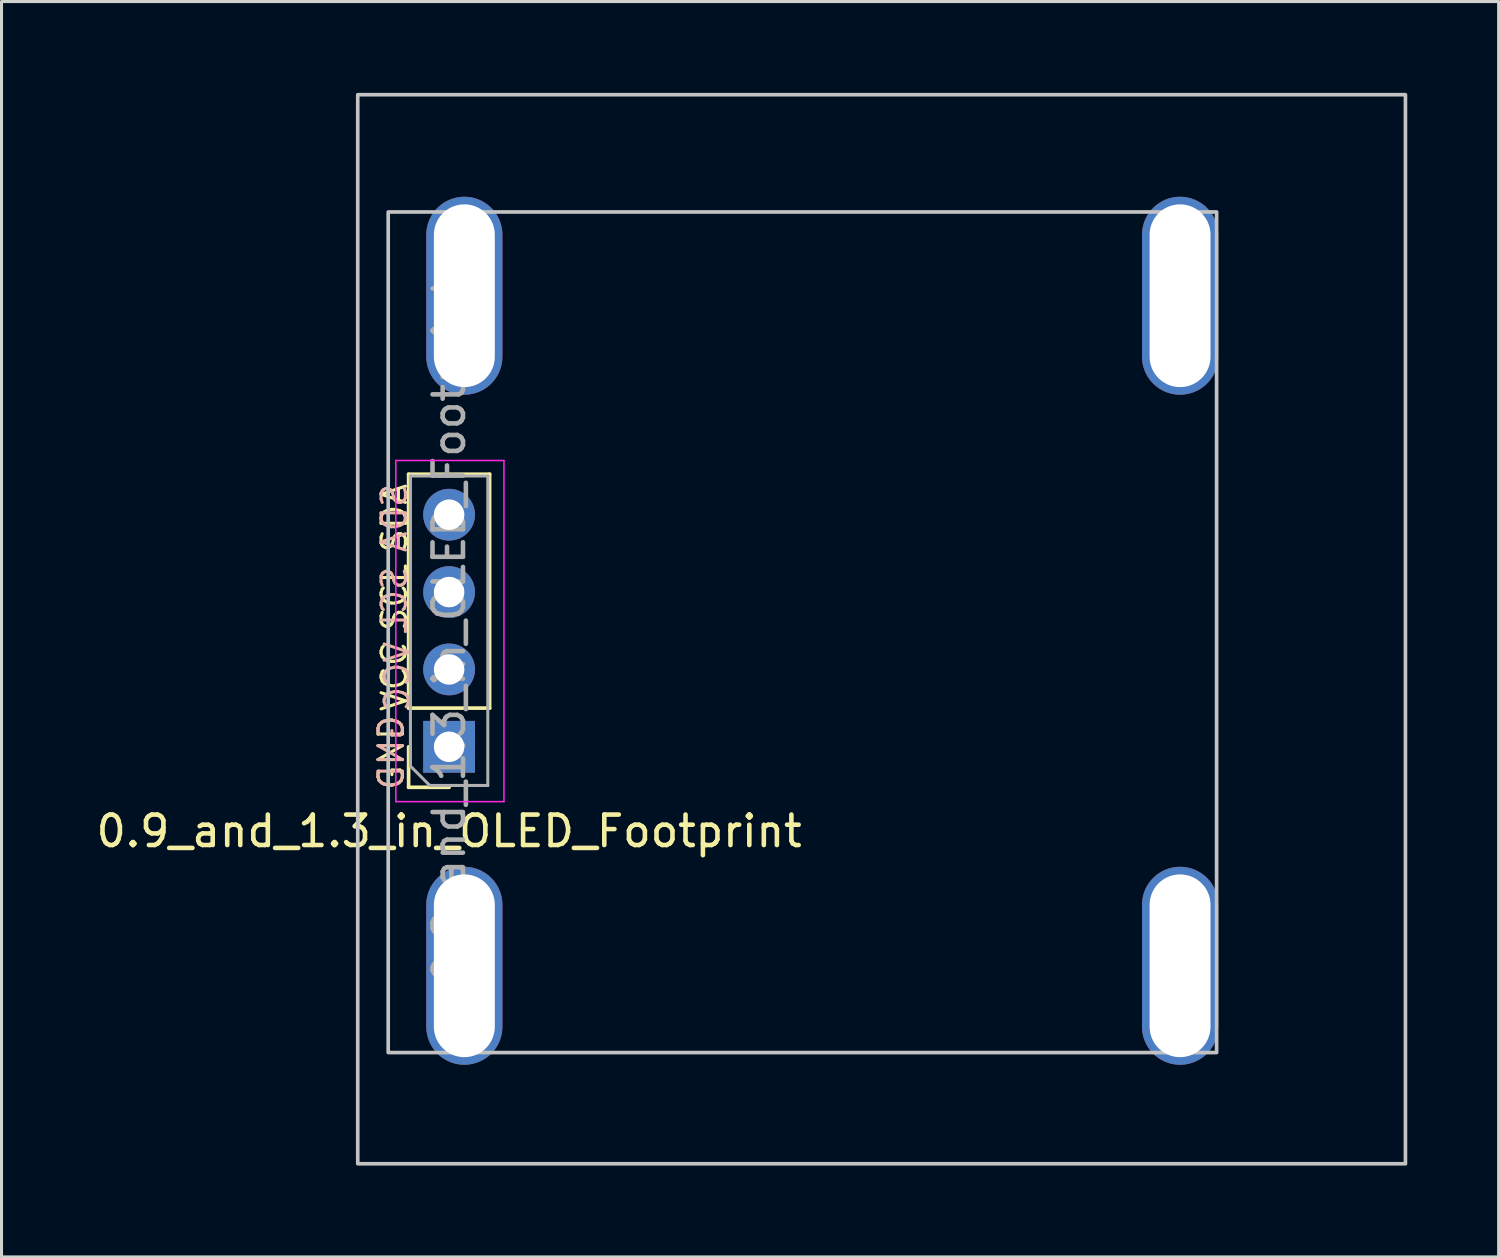
<source format=kicad_pcb>
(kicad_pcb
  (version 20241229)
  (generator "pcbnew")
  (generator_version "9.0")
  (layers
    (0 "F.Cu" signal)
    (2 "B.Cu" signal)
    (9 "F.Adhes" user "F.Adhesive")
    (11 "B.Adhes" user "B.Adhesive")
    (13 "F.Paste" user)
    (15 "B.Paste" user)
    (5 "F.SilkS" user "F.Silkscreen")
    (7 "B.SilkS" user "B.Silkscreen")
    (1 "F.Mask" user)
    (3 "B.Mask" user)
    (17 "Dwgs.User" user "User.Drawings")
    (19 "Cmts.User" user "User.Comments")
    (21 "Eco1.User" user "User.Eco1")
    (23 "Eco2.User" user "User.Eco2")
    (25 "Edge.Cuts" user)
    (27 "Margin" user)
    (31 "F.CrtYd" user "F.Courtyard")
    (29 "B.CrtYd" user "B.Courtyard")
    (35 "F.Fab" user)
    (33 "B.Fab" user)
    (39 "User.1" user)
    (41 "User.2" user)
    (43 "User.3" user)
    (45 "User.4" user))
  (footprint "0.9_and_1.3_in_OLED_Footprint"
    (layer "F.Cu")
    (at 11.696 17.66)
    (property "Reference" "0.9_and_1.3_in_OLED_Footprint" (at 0 6.58 0) (layer "F.SilkS") (effects (font (size 1 1) (thickness 0.15))))
    (attr through_hole)
    (fp_line (start -1.33 2.54) (end -1.33 -5.14) (stroke (width 0.12) (type solid)) (layer "F.SilkS"))
    (fp_line (start -1.33 5.14) (end -1.33 3.81) (stroke (width 0.12) (type solid)) (layer "F.SilkS"))
    (fp_line (start 0 5.14) (end -1.33 5.14) (stroke (width 0.12) (type solid)) (layer "F.SilkS"))
    (fp_line (start 1.33 -5.14) (end -1.33 -5.14) (stroke (width 0.12) (type solid)) (layer "F.SilkS"))
    (fp_line (start 1.33 2.54) (end -1.33 2.54) (stroke (width 0.12) (type solid)) (layer "F.SilkS"))
    (fp_line (start 1.33 2.54) (end 1.33 -5.14) (stroke (width 0.12) (type solid)) (layer "F.SilkS"))
    (fp_rect (start -3 -17.6) (end 31.4 17.5) (stroke (width 0.12) (type solid)) (fill no) (layer "Dwgs.User"))
    (fp_rect (start -2 -13.75) (end 25.2 13.85) (stroke (width 0.12) (type solid)) (fill no) (layer "Dwgs.User"))
    (fp_line (start -1.75 -5.59) (end 1.8 -5.59) (stroke (width 0.05) (type solid)) (layer "F.CrtYd"))
    (fp_line (start -1.75 5.61) (end -1.75 -5.59) (stroke (width 0.05) (type solid)) (layer "F.CrtYd"))
    (fp_line (start 1.8 -5.59) (end 1.8 5.61) (stroke (width 0.05) (type solid)) (layer "F.CrtYd"))
    (fp_line (start 1.8 5.61) (end -1.75 5.61) (stroke (width 0.05) (type solid)) (layer "F.CrtYd"))
    (fp_line (start -1.27 -5.08) (end 1.27 -5.08) (stroke (width 0.1) (type solid)) (layer "F.Fab"))
    (fp_line (start -1.27 4.445) (end -1.27 -5.08) (stroke (width 0.1) (type solid)) (layer "F.Fab"))
    (fp_line (start -0.635 5.08) (end -1.27 4.445) (stroke (width 0.1) (type solid)) (layer "F.Fab"))
    (fp_line (start 1.27 -5.08) (end 1.27 5.08) (stroke (width 0.1) (type solid)) (layer "F.Fab"))
    (fp_line (start 1.27 5.08) (end -0.635 5.08) (stroke (width 0.1) (type solid)) (layer "F.Fab"))
    (fp_text user "SCL" (at -1.8 -1.1 90) (layer "F.SilkS") (effects (font (size 0.8 0.8) (thickness 0.1))))
    (fp_text user "SDA" (at -1.8 -3.7 90) (layer "F.SilkS") (effects (font (size 0.8 0.8) (thickness 0.1))))
    (fp_text user "GND" (at -1.9 4 90) (layer "F.SilkS") (effects (font (size 0.8 0.8) (thickness 0.1))))
    (fp_text user "VCC" (at -1.8 1.5 90) (layer "F.SilkS") (effects (font (size 0.8 0.8) (thickness 0.1))))
    (fp_text user "GND" (at -1.9 4 90) (layer "B.SilkS") (effects (font (size 0.8 0.8) (thickness 0.1)) (justify mirror)))
    (fp_text user "VCC" (at -1.7 1.5 90) (layer "B.SilkS") (effects (font (size 0.8 0.8) (thickness 0.1)) (justify mirror)))
    (fp_text user "SCL" (at -1.8 -1 90) (layer "B.SilkS") (effects (font (size 0.8 0.8) (thickness 0.1)) (justify mirror)))
    (fp_text user "SDA" (at -1.8 -3.7 90) (layer "B.SilkS") (effects (font (size 0.8 0.8) (thickness 0.1)) (justify mirror)))
    (fp_text user "${REFERENCE}" (at 0 0 90) (layer "F.Fab") (effects (font (size 1 1) (thickness 0.15))))
    (pad "1" thru_hole rect (at 0 3.81 180) (size 1.7 1.7) (drill 1) (layers "*.Cu" "*.Mask"))
    (pad "2" thru_hole oval (at 0 1.27 180) (size 1.7 1.7) (drill 1) (layers "*.Cu" "*.Mask"))
    (pad "3" thru_hole oval (at 0 -1.27 180) (size 1.7 1.7) (drill 1) (layers "*.Cu" "*.Mask"))
    (pad "4" thru_hole oval (at 0 -3.81 180) (size 1.7 1.7) (drill 1) (layers "*.Cu" "*.Mask"))
    (pad "5" thru_hole oval (at 0.5 -11) (size 2.5 6.5) (drill oval 2 6) (layers "*.Cu" "*.Mask"))
    (pad "5" thru_hole oval (at 0.5 11) (size 2.5 6.5) (drill oval 2 6) (layers "*.Cu" "*.Mask"))
    (pad "5" thru_hole oval (at 24 -11) (size 2.5 6.5) (drill oval 2 6) (layers "*.Cu" "*.Mask"))
    (pad "5" thru_hole oval (at 24 11) (size 2.5 6.5) (drill oval 2 6) (layers "*.Cu" "*.Mask")))
  (gr_rect
    (start -3 -3)
    (end 46.156 38.22)
    (stroke (width 0.1) (type default))
    (fill no)
    (layer "Edge.Cuts")))
</source>
